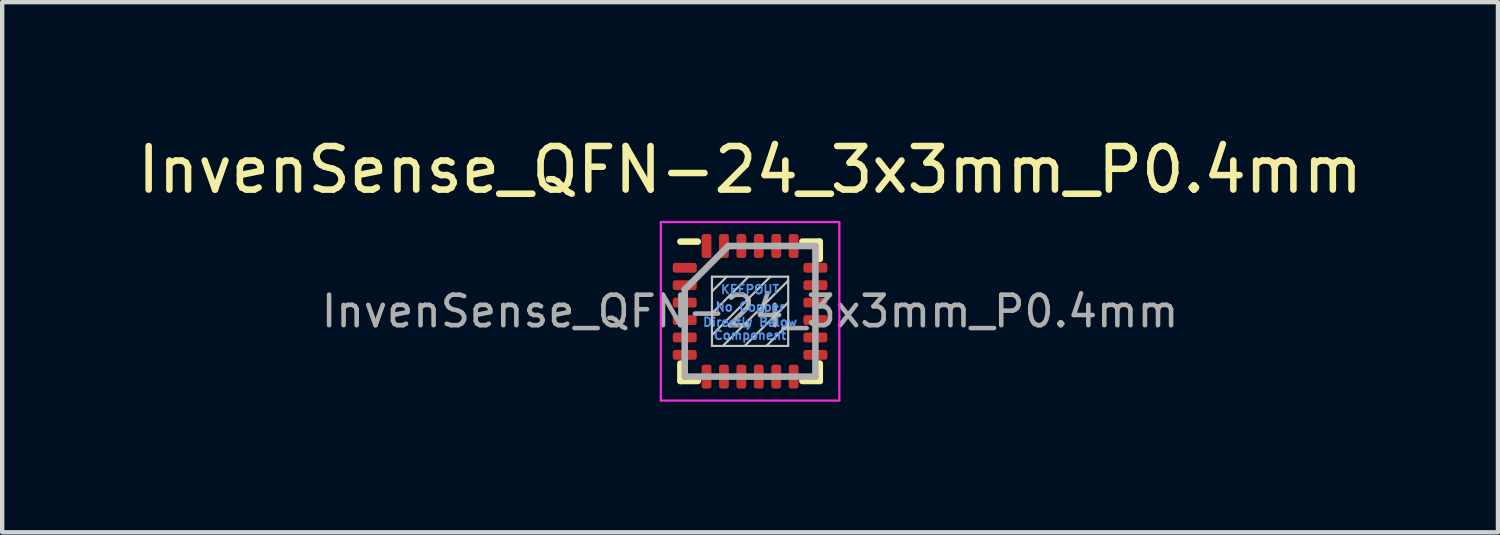
<source format=kicad_pcb>
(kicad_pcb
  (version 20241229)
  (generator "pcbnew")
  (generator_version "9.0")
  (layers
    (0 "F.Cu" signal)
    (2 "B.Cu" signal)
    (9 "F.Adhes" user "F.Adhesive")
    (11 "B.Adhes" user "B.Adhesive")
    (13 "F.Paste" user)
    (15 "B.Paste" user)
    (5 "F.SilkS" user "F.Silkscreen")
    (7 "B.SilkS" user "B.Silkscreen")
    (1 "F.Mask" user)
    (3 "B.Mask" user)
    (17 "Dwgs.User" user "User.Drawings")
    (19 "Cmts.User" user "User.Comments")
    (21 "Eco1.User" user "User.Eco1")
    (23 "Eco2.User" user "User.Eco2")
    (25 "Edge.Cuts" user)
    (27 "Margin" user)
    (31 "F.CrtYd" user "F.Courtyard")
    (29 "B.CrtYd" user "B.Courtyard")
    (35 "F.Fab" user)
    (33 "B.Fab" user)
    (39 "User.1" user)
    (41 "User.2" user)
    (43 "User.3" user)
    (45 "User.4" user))
  (footprint "InvenSense_QFN-24_3x3mm_P0.4mm"
    (layer "F.Cu")
    (at 14.173 4.098)
    (property "Reference" "InvenSense_QFN-24_3x3mm_P0.4mm" (at 0 -3.25 0) (layer "F.SilkS") (effects (font (size 1 1) (thickness 0.15))))
    (attr smd)
    (fp_line (start -1.6 -1.6) (end -1.2 -1.6) (stroke (width 0.15) (type solid)) (layer "F.SilkS"))
    (fp_line (start -1.6 1.6) (end -1.6 1.2) (stroke (width 0.15) (type solid)) (layer "F.SilkS"))
    (fp_line (start -1.6 1.6) (end -1.2 1.6) (stroke (width 0.15) (type solid)) (layer "F.SilkS"))
    (fp_line (start 1.6 -1.6) (end 1.2 -1.6) (stroke (width 0.15) (type solid)) (layer "F.SilkS"))
    (fp_line (start 1.6 -1.6) (end 1.6 -1.2) (stroke (width 0.15) (type solid)) (layer "F.SilkS"))
    (fp_line (start 1.6 1.6) (end 1.2 1.6) (stroke (width 0.15) (type solid)) (layer "F.SilkS"))
    (fp_line (start 1.6 1.6) (end 1.6 1.2) (stroke (width 0.15) (type solid)) (layer "F.SilkS"))
    (fp_line (start -0.875 -0.795) (end -0.875 0.795) (stroke (width 0.05) (type solid)) (layer "Dwgs.User"))
    (fp_line (start -0.875 -0.795) (end 0.875 -0.795) (stroke (width 0.05) (type solid)) (layer "Dwgs.User"))
    (fp_line (start -0.875 0.795) (end 0.875 0.795) (stroke (width 0.05) (type solid)) (layer "Dwgs.User"))
    (fp_line (start -0.535 -0.795) (end -0.875 -0.455) (stroke (width 0.05) (type solid)) (layer "Dwgs.User"))
    (fp_line (start -0.035 -0.795) (end -0.875 0.045) (stroke (width 0.05) (type solid)) (layer "Dwgs.User"))
    (fp_line (start 0.465 -0.795) (end -0.875 0.545) (stroke (width 0.05) (type solid)) (layer "Dwgs.User"))
    (fp_line (start 0.875 -0.795) (end 0.875 0.795) (stroke (width 0.05) (type solid)) (layer "Dwgs.User"))
    (fp_line (start 0.875 -0.705) (end -0.625 0.795) (stroke (width 0.05) (type solid)) (layer "Dwgs.User"))
    (fp_line (start 0.875 -0.205) (end -0.125 0.795) (stroke (width 0.05) (type solid)) (layer "Dwgs.User"))
    (fp_line (start 0.875 0.295) (end 0.375 0.795) (stroke (width 0.05) (type solid)) (layer "Dwgs.User"))
    (fp_line (start -2.05 -2.05) (end 2.05 -2.05) (stroke (width 0.05) (type solid)) (layer "F.CrtYd"))
    (fp_line (start -2.05 2.05) (end -2.05 -2.05) (stroke (width 0.05) (type solid)) (layer "F.CrtYd"))
    (fp_line (start 2.05 -2.05) (end 2.05 2.05) (stroke (width 0.05) (type solid)) (layer "F.CrtYd"))
    (fp_line (start 2.05 2.05) (end -2.05 2.05) (stroke (width 0.05) (type solid)) (layer "F.CrtYd"))
    (fp_line (start -1.5 -0.5) (end -0.5 -1.5) (stroke (width 0.15) (type solid)) (layer "F.Fab"))
    (fp_line (start -1.5 1.5) (end -1.5 -0.5) (stroke (width 0.15) (type solid)) (layer "F.Fab"))
    (fp_line (start -0.5 -1.5) (end 1.5 -1.5) (stroke (width 0.15) (type solid)) (layer "F.Fab"))
    (fp_line (start 1.5 -1.5) (end 1.5 1.5) (stroke (width 0.15) (type solid)) (layer "F.Fab"))
    (fp_line (start 1.5 1.5) (end -1.5 1.5) (stroke (width 0.15) (type solid)) (layer "F.Fab"))
    (fp_text user "No Copper" (at 0 -0.1 0) (layer "Cmts.User") (effects (font (size 0.2 0.2) (thickness 0.04))))
    (fp_text user "KEEPOUT" (at 0 -0.5 0) (layer "Cmts.User") (effects (font (size 0.2 0.2) (thickness 0.04))))
    (fp_text user "Component" (at 0 0.55 0) (layer "Cmts.User") (effects (font (size 0.2 0.2) (thickness 0.04))))
    (fp_text user "Directly Below" (at 0 0.25 0) (layer "Cmts.User") (effects (font (size 0.2 0.2) (thickness 0.04))))
    (fp_text user "${REFERENCE}" (at 0 0 0) (layer "F.Fab") (effects (font (size 0.7 0.7) (thickness 0.105))))
    (pad "1" smd roundrect (at -1.5 -1) (size 0.55 0.225) (layers "F.Cu" "F.Mask" "F.Paste") (roundrect_rratio 0.25))
    (pad "2" smd roundrect (at -1.5 -0.6) (size 0.55 0.225) (layers "F.Cu" "F.Mask" "F.Paste") (roundrect_rratio 0.25))
    (pad "3" smd roundrect (at -1.5 -0.2) (size 0.55 0.225) (layers "F.Cu" "F.Mask" "F.Paste") (roundrect_rratio 0.25))
    (pad "4" smd roundrect (at -1.5 0.2) (size 0.55 0.225) (layers "F.Cu" "F.Mask" "F.Paste") (roundrect_rratio 0.25))
    (pad "5" smd roundrect (at -1.5 0.6) (size 0.55 0.225) (layers "F.Cu" "F.Mask" "F.Paste") (roundrect_rratio 0.25))
    (pad "6" smd roundrect (at -1.5 1) (size 0.55 0.225) (layers "F.Cu" "F.Mask" "F.Paste") (roundrect_rratio 0.25))
    (pad "7" smd roundrect (at -1 1.5 90) (size 0.55 0.225) (layers "F.Cu" "F.Mask" "F.Paste") (roundrect_rratio 0.25))
    (pad "8" smd roundrect (at -0.6 1.5 90) (size 0.55 0.225) (layers "F.Cu" "F.Mask" "F.Paste") (roundrect_rratio 0.25))
    (pad "9" smd roundrect (at -0.2 1.5 90) (size 0.55 0.225) (layers "F.Cu" "F.Mask" "F.Paste") (roundrect_rratio 0.25))
    (pad "10" smd roundrect (at 0.2 1.5 90) (size 0.55 0.225) (layers "F.Cu" "F.Mask" "F.Paste") (roundrect_rratio 0.25))
    (pad "11" smd roundrect (at 0.6 1.5 90) (size 0.55 0.225) (layers "F.Cu" "F.Mask" "F.Paste") (roundrect_rratio 0.25))
    (pad "12" smd roundrect (at 1 1.5 90) (size 0.55 0.225) (layers "F.Cu" "F.Mask" "F.Paste") (roundrect_rratio 0.25))
    (pad "13" smd roundrect (at 1.5 1) (size 0.55 0.225) (layers "F.Cu" "F.Mask" "F.Paste") (roundrect_rratio 0.25))
    (pad "14" smd roundrect (at 1.5 0.6) (size 0.55 0.225) (layers "F.Cu" "F.Mask" "F.Paste") (roundrect_rratio 0.25))
    (pad "15" smd roundrect (at 1.5 0.2) (size 0.55 0.225) (layers "F.Cu" "F.Mask" "F.Paste") (roundrect_rratio 0.25))
    (pad "16" smd roundrect (at 1.5 -0.2) (size 0.55 0.225) (layers "F.Cu" "F.Mask" "F.Paste") (roundrect_rratio 0.25))
    (pad "17" smd roundrect (at 1.5 -0.6) (size 0.55 0.225) (layers "F.Cu" "F.Mask" "F.Paste") (roundrect_rratio 0.25))
    (pad "18" smd roundrect (at 1.5 -1) (size 0.55 0.225) (layers "F.Cu" "F.Mask" "F.Paste") (roundrect_rratio 0.25))
    (pad "19" smd roundrect (at 1 -1.5 90) (size 0.55 0.225) (layers "F.Cu" "F.Mask" "F.Paste") (roundrect_rratio 0.25))
    (pad "20" smd roundrect (at 0.6 -1.5 90) (size 0.55 0.225) (layers "F.Cu" "F.Mask" "F.Paste") (roundrect_rratio 0.25))
    (pad "21" smd roundrect (at 0.2 -1.5 90) (size 0.55 0.225) (layers "F.Cu" "F.Mask" "F.Paste") (roundrect_rratio 0.25))
    (pad "22" smd roundrect (at -0.2 -1.5 90) (size 0.55 0.225) (layers "F.Cu" "F.Mask" "F.Paste") (roundrect_rratio 0.25))
    (pad "23" smd roundrect (at -0.6 -1.5 90) (size 0.55 0.225) (layers "F.Cu" "F.Mask" "F.Paste") (roundrect_rratio 0.25))
    (pad "24" smd roundrect (at -1 -1.5 90) (size 0.55 0.225) (layers "F.Cu" "F.Mask" "F.Paste") (roundrect_rratio 0.25)))
  (gr_rect
    (start -3 -3)
    (end 31.345 9.173)
    (stroke (width 0.1) (type default))
    (fill no)
    (layer "Edge.Cuts")))
</source>
